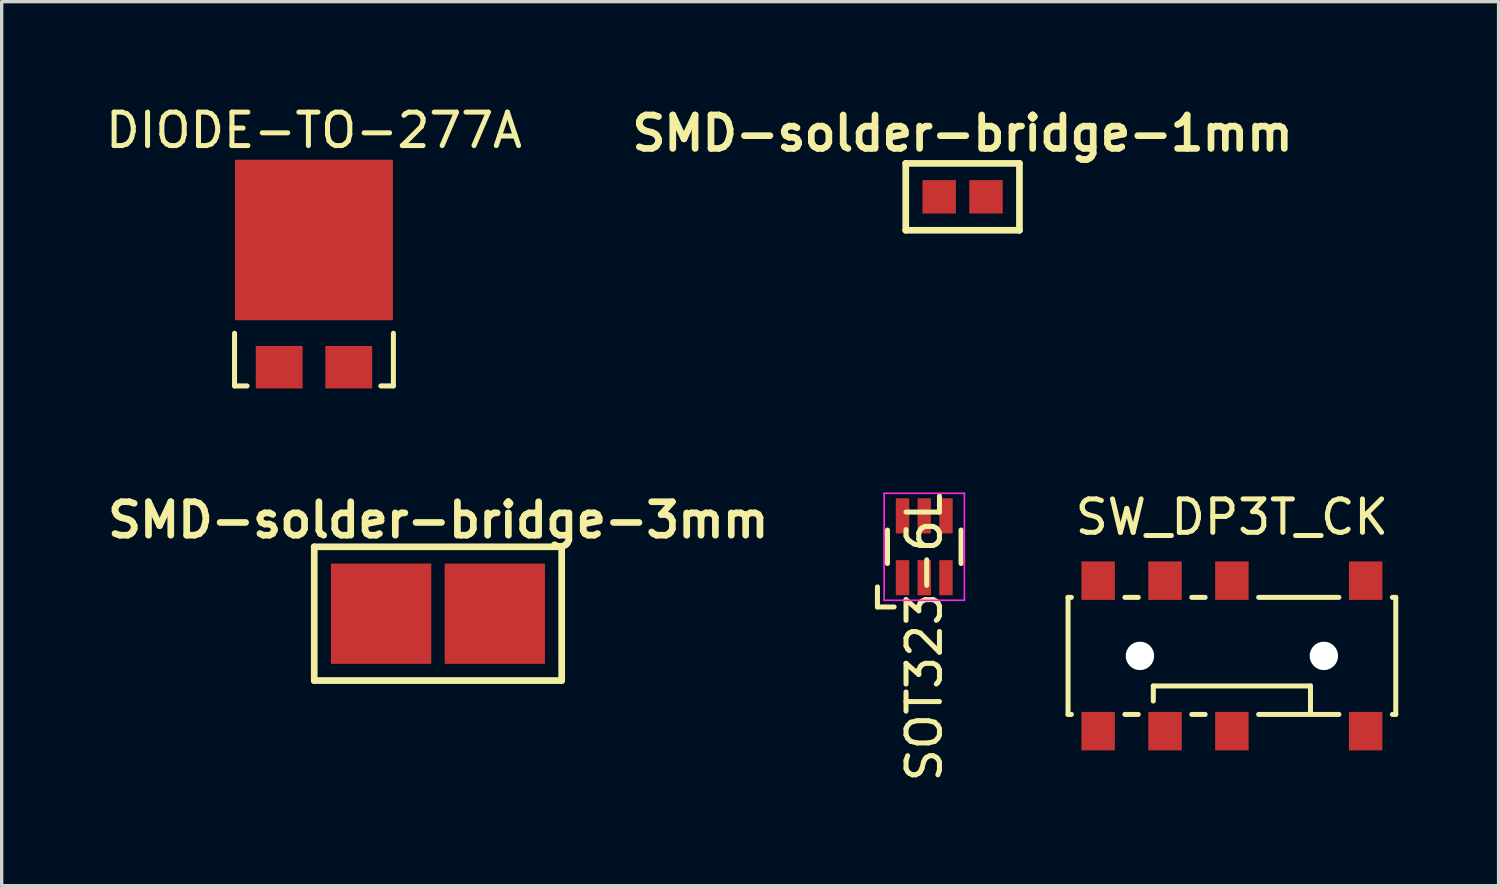
<source format=kicad_pcb>
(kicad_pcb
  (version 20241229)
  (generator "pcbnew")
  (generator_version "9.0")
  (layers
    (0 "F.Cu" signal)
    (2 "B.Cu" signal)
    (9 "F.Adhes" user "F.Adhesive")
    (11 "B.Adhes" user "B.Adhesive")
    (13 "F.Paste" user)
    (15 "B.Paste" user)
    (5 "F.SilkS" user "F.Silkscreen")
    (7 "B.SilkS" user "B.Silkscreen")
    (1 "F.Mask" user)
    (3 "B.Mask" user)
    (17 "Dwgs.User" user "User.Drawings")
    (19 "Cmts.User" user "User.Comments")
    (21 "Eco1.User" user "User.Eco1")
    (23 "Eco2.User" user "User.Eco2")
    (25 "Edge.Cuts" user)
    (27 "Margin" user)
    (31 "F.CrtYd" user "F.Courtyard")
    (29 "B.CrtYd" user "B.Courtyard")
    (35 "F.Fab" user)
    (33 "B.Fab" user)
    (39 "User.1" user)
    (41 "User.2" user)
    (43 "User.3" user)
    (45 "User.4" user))
  (footprint "SMD-solder-bridge-1mm"
    (layer "F.Cu")
    (at 25.736 2.836)
    (property "Reference" "SMD-solder-bridge-1mm" (at 0 -1.9 0) (layer "F.SilkS") (effects (font (size 1 1) (thickness 0.2))))
    (attr through_hole)
    (fp_line (start -1.7 -1) (end -1.7 1) (stroke (width 0.2) (type solid)) (layer "F.SilkS"))
    (fp_line (start -1.7 1) (end 1.7 1) (stroke (width 0.2) (type solid)) (layer "F.SilkS"))
    (fp_line (start 1.7 -1) (end -1.7 -1) (stroke (width 0.2) (type solid)) (layer "F.SilkS"))
    (fp_line (start 1.7 1) (end 1.7 -1) (stroke (width 0.2) (type solid)) (layer "F.SilkS"))
    (pad "1" smd rect (at -0.7 0) (size 1 1) (layers "F.Cu" "F.Mask" "F.Paste"))
    (pad "2" smd rect (at 0.7 0) (size 1 1) (layers "F.Cu" "F.Mask" "F.Paste")))
  (footprint "SW_DP3T_CK"
    (layer "F.Cu")
    (at 33.789 16.564)
    (property "Reference" "SW_DP3T_CK" (at 0 -4.15 0) (layer "F.SilkS") (effects (font (size 1 1) (thickness 0.15))))
    (attr through_hole)
    (fp_line (start -4.9 -1.75) (end -4.9 1.75) (stroke (width 0.15) (type solid)) (layer "F.SilkS"))
    (fp_line (start -4.9 -1.75) (end -4.8 -1.75) (stroke (width 0.15) (type solid)) (layer "F.SilkS"))
    (fp_line (start -4.9 1.75) (end -4.8 1.75) (stroke (width 0.15) (type solid)) (layer "F.SilkS"))
    (fp_line (start -3.2 -1.75) (end -2.8 -1.75) (stroke (width 0.15) (type solid)) (layer "F.SilkS"))
    (fp_line (start -3.2 1.75) (end -2.8 1.75) (stroke (width 0.15) (type solid)) (layer "F.SilkS"))
    (fp_line (start -2.35 0.9) (end 2.35 0.9) (stroke (width 0.15) (type solid)) (layer "F.SilkS"))
    (fp_line (start -2.35 1.35) (end -2.35 0.9) (stroke (width 0.15) (type solid)) (layer "F.SilkS"))
    (fp_line (start -1.2 -1.75) (end -0.8 -1.75) (stroke (width 0.15) (type solid)) (layer "F.SilkS"))
    (fp_line (start -1.2 1.75) (end -0.8 1.75) (stroke (width 0.15) (type solid)) (layer "F.SilkS"))
    (fp_line (start 0.8 -1.75) (end 3.2 -1.75) (stroke (width 0.15) (type solid)) (layer "F.SilkS"))
    (fp_line (start 0.8 1.75) (end 3.2 1.75) (stroke (width 0.15) (type solid)) (layer "F.SilkS"))
    (fp_line (start 2.35 0.9) (end 2.35 1.7) (stroke (width 0.15) (type solid)) (layer "F.SilkS"))
    (fp_line (start 4.9 -1.75) (end 4.8 -1.75) (stroke (width 0.15) (type solid)) (layer "F.SilkS"))
    (fp_line (start 4.9 -1.75) (end 4.9 1.75) (stroke (width 0.15) (type solid)) (layer "F.SilkS"))
    (fp_line (start 4.9 1.75) (end 4.8 1.75) (stroke (width 0.15) (type solid)) (layer "F.SilkS"))
    (pad "" np_thru_hole circle (at -2.75 0) (size 0.85 0.85) (drill 0.85) (layers "*.Cu" "*.Mask"))
    (pad "" np_thru_hole circle (at 2.75 0) (size 0.85 0.85) (drill 0.85) (layers "*.Cu" "*.Mask"))
    (pad "1" smd rect (at -4 -2.25) (size 1 1.15) (layers "F.Cu" "F.Mask" "F.Paste"))
    (pad "2" smd rect (at -2 -2.25) (size 1 1.15) (layers "F.Cu" "F.Mask" "F.Paste"))
    (pad "3" smd rect (at 0 -2.25) (size 1 1.15) (layers "F.Cu" "F.Mask" "F.Paste"))
    (pad "4" smd rect (at 4 -2.25) (size 1 1.15) (layers "F.Cu" "F.Mask" "F.Paste"))
    (pad "5" smd rect (at -4 2.25) (size 1 1.15) (layers "F.Cu" "F.Mask" "F.Paste"))
    (pad "6" smd rect (at -2 2.25) (size 1 1.15) (layers "F.Cu" "F.Mask" "F.Paste"))
    (pad "7" smd rect (at 0 2.25) (size 1 1.15) (layers "F.Cu" "F.Mask" "F.Paste"))
    (pad "8" smd rect (at 4 2.25) (size 1 1.15) (layers "F.Cu" "F.Mask" "F.Paste")))
  (footprint "DIODE-TO-277A"
    (layer "F.Cu")
    (at 6.339 5.166)
    (property "Reference" "DIODE-TO-277A" (at 0 -4.318 0) (layer "F.SilkS") (effects (font (size 1 1) (thickness 0.15))))
    (attr through_hole)
    (fp_line (start -2.375 1.75) (end -2.375 3.325) (stroke (width 0.15) (type solid)) (layer "F.SilkS"))
    (fp_line (start -2.375 3.325) (end -2 3.325) (stroke (width 0.15) (type solid)) (layer "F.SilkS"))
    (fp_line (start 2 3.325) (end 2.375 3.325) (stroke (width 0.15) (type solid)) (layer "F.SilkS"))
    (fp_line (start 2.375 1.75) (end 2.375 3.325) (stroke (width 0.15) (type solid)) (layer "F.SilkS"))
    (pad "1" smd rect (at 0 -1.04) (size 4.72 4.8) (layers "F.Cu" "F.Mask" "F.Paste"))
    (pad "2" smd rect (at -1.04 2.765) (size 1.4 1.27) (layers "F.Cu" "F.Mask" "F.Paste"))
    (pad "2" smd rect (at 1.04 2.765) (size 1.4 1.27) (layers "F.Cu" "F.Mask" "F.Paste")))
  (footprint "SMD-solder-bridge-3mm"
    (layer "F.Cu")
    (at 10.047 15.302)
    (property "Reference" "SMD-solder-bridge-3mm" (at 0.01 -2.8 0) (layer "F.SilkS") (effects (font (size 1 1) (thickness 0.2))))
    (attr through_hole)
    (fp_line (start -3.7 -2) (end -3.7 2) (stroke (width 0.2) (type solid)) (layer "F.SilkS"))
    (fp_line (start -3.7 2) (end 3.7 2) (stroke (width 0.2) (type solid)) (layer "F.SilkS"))
    (fp_line (start 3.7 -2) (end -3.7 -2) (stroke (width 0.2) (type solid)) (layer "F.SilkS"))
    (fp_line (start 3.7 2) (end 3.7 -2) (stroke (width 0.2) (type solid)) (layer "F.SilkS"))
    (pad "1" smd rect (at -1.7 0) (size 3 3) (layers "F.Cu" "F.Mask" "F.Paste"))
    (pad "2" smd rect (at 1.7 0) (size 3 3) (layers "F.Cu" "F.Mask" "F.Paste")))
  (footprint "SOT323-6L"
    (layer "F.Cu")
    (at 24.589 13.301)
    (property "Reference" "SOT323-6L" (at 0 2.7 270) (layer "F.SilkS") (effects (font (size 1 1) (thickness 0.15))))
    (attr smd)
    (fp_line (start -1.4 1.2) (end -1.4 1.8) (stroke (width 0.15) (type solid)) (layer "F.SilkS"))
    (fp_line (start -1.4 1.8) (end -0.9 1.8) (stroke (width 0.15) (type solid)) (layer "F.SilkS"))
    (fp_line (start -1.1 -0.5) (end -1.1 0.5) (stroke (width 0.15) (type solid)) (layer "F.SilkS"))
    (fp_line (start 1.1 0.5) (end 1.1 -0.5) (stroke (width 0.15) (type solid)) (layer "F.SilkS"))
    (fp_line (start -1.2 -1.6) (end 1.2 -1.6) (stroke (width 0.05) (type solid)) (layer "F.CrtYd"))
    (fp_line (start -1.2 1.6) (end -1.2 -1.6) (stroke (width 0.05) (type solid)) (layer "F.CrtYd"))
    (fp_line (start 1.2 -1.6) (end 1.2 1.6) (stroke (width 0.05) (type solid)) (layer "F.CrtYd"))
    (fp_line (start 1.2 1.6) (end -1.2 1.6) (stroke (width 0.05) (type solid)) (layer "F.CrtYd"))
    (pad "1" smd rect (at -0.65 0.925) (size 0.4 1.05) (layers "F.Cu" "F.Mask" "F.Paste"))
    (pad "2" smd rect (at 0 0.925) (size 0.4 1.05) (layers "F.Cu" "F.Mask" "F.Paste"))
    (pad "3" smd rect (at 0.65 0.925) (size 0.4 1.05) (layers "F.Cu" "F.Mask" "F.Paste"))
    (pad "4" smd rect (at 0.65 -0.925) (size 0.4 1.05) (layers "F.Cu" "F.Mask" "F.Paste"))
    (pad "5" smd rect (at 0 -0.925) (size 0.4 1.05) (layers "F.Cu" "F.Mask" "F.Paste"))
    (pad "6" smd rect (at -0.65 -0.925) (size 0.4 1.05) (layers "F.Cu" "F.Mask" "F.Paste")))
  (gr_rect
    (start -3 -3)
    (end 41.764 23.435)
    (stroke (width 0.1) (type default))
    (fill no)
    (layer "Edge.Cuts")))
</source>
